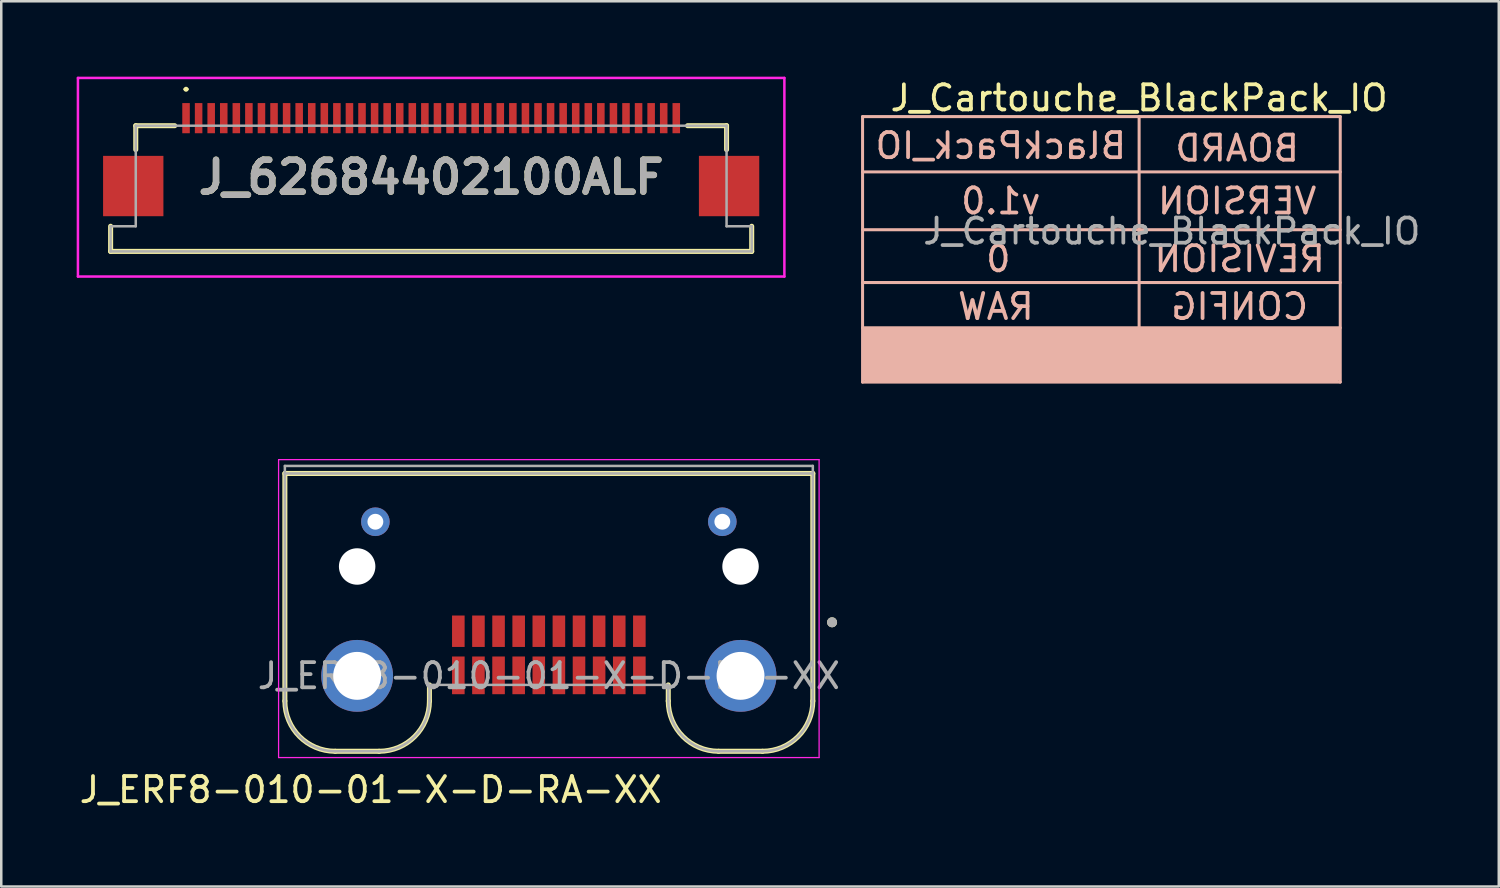
<source format=kicad_pcb>
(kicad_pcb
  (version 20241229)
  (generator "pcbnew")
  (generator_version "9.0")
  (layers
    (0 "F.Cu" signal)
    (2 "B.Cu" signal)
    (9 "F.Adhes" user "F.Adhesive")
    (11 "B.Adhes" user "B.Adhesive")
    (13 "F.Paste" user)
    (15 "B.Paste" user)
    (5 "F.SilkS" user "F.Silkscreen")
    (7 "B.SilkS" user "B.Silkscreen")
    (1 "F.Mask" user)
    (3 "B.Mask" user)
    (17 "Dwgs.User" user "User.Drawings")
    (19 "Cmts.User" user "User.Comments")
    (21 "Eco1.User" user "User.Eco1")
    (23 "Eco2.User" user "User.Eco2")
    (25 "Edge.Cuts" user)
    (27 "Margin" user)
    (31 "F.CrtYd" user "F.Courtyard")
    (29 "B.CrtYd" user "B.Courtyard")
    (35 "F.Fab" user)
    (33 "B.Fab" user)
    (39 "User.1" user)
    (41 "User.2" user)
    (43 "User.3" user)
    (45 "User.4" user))
  (footprint "J_62684402100ALF"
    (layer "F.Cu")
    (at 14.1 4.3)
    (property "Reference" "J_62684402100ALF" (at 0 -0.3 0) (layer "F.SilkS") (effects (font (size 1.27 1.27) (thickness 0.254))))
    (attr smd)
    (fp_line (start -12.75 1.65) (end -12.75 2.65) (stroke (width 0.2) (type solid)) (layer "F.SilkS"))
    (fp_line (start -12.75 2.65) (end 12.75 2.65) (stroke (width 0.2) (type solid)) (layer "F.SilkS"))
    (fp_line (start -11.75 -2.35) (end -11.75 -1.4) (stroke (width 0.2) (type solid)) (layer "F.SilkS"))
    (fp_line (start -10.2 -2.35) (end -11.75 -2.35) (stroke (width 0.2) (type solid)) (layer "F.SilkS"))
    (fp_line (start -9.8 -3.8) (end -9.8 -3.8) (stroke (width 0.1) (type solid)) (layer "F.SilkS"))
    (fp_line (start -9.7 -3.8) (end -9.7 -3.8) (stroke (width 0.1) (type solid)) (layer "F.SilkS"))
    (fp_line (start 10.2 -2.35) (end 11.75 -2.35) (stroke (width 0.2) (type solid)) (layer "F.SilkS"))
    (fp_line (start 11.75 -2.35) (end 11.75 -1.4) (stroke (width 0.2) (type solid)) (layer "F.SilkS"))
    (fp_line (start 12.75 2.65) (end 12.75 1.65) (stroke (width 0.2) (type solid)) (layer "F.SilkS"))
    (fp_arc (start -9.8 -3.8) (mid -9.75 -3.85) (end -9.7 -3.8) (stroke (width 0.1) (type solid)) (layer "F.SilkS"))
    (fp_arc (start -9.7 -3.8) (mid -9.75 -3.75) (end -9.8 -3.8) (stroke (width 0.1) (type solid)) (layer "F.SilkS"))
    (fp_line (start -14.05 -4.25) (end 14.05 -4.25) (stroke (width 0.1) (type solid)) (layer "F.CrtYd"))
    (fp_line (start -14.05 3.65) (end -14.05 -4.25) (stroke (width 0.1) (type solid)) (layer "F.CrtYd"))
    (fp_line (start 14.05 -4.25) (end 14.05 3.65) (stroke (width 0.1) (type solid)) (layer "F.CrtYd"))
    (fp_line (start 14.05 3.65) (end -14.05 3.65) (stroke (width 0.1) (type solid)) (layer "F.CrtYd"))
    (fp_line (start -12.75 1.65) (end -12.75 2.65) (stroke (width 0.1) (type solid)) (layer "F.Fab"))
    (fp_line (start -12.75 2.65) (end 12.75 2.65) (stroke (width 0.1) (type solid)) (layer "F.Fab"))
    (fp_line (start -11.75 -2.35) (end -11.75 1.65) (stroke (width 0.1) (type solid)) (layer "F.Fab"))
    (fp_line (start -11.75 1.65) (end -12.75 1.65) (stroke (width 0.1) (type solid)) (layer "F.Fab"))
    (fp_line (start -0.25 -2.35) (end -11.75 -2.35) (stroke (width 0.1) (type solid)) (layer "F.Fab"))
    (fp_line (start 11.75 -2.35) (end -0.25 -2.35) (stroke (width 0.1) (type solid)) (layer "F.Fab"))
    (fp_line (start 11.75 1.65) (end 11.75 -2.35) (stroke (width 0.1) (type solid)) (layer "F.Fab"))
    (fp_line (start 12.75 1.65) (end 11.75 1.65) (stroke (width 0.1) (type solid)) (layer "F.Fab"))
    (fp_line (start 12.75 2.65) (end 12.75 1.65) (stroke (width 0.1) (type solid)) (layer "F.Fab"))
    (fp_text user "${REFERENCE}" (at 0 -0.3 0) (layer "F.Fab") (effects (font (size 1.27 1.27) (thickness 0.254))))
    (pad "1" smd rect (at -9.75 -2.65) (size 0.3 1.2) (layers "F.Cu" "F.Mask" "F.Paste"))
    (pad "2" smd rect (at -9.25 -2.65) (size 0.3 1.2) (layers "F.Cu" "F.Mask" "F.Paste"))
    (pad "3" smd rect (at -8.75 -2.65) (size 0.3 1.2) (layers "F.Cu" "F.Mask" "F.Paste"))
    (pad "4" smd rect (at -8.25 -2.65) (size 0.3 1.2) (layers "F.Cu" "F.Mask" "F.Paste"))
    (pad "5" smd rect (at -7.75 -2.65) (size 0.3 1.2) (layers "F.Cu" "F.Mask" "F.Paste"))
    (pad "6" smd rect (at -7.25 -2.65) (size 0.3 1.2) (layers "F.Cu" "F.Mask" "F.Paste"))
    (pad "7" smd rect (at -6.75 -2.65) (size 0.3 1.2) (layers "F.Cu" "F.Mask" "F.Paste"))
    (pad "8" smd rect (at -6.25 -2.65) (size 0.3 1.2) (layers "F.Cu" "F.Mask" "F.Paste"))
    (pad "9" smd rect (at -5.75 -2.65) (size 0.3 1.2) (layers "F.Cu" "F.Mask" "F.Paste"))
    (pad "10" smd rect (at -5.25 -2.65) (size 0.3 1.2) (layers "F.Cu" "F.Mask" "F.Paste"))
    (pad "11" smd rect (at -4.75 -2.65) (size 0.3 1.2) (layers "F.Cu" "F.Mask" "F.Paste"))
    (pad "12" smd rect (at -4.25 -2.65) (size 0.3 1.2) (layers "F.Cu" "F.Mask" "F.Paste"))
    (pad "13" smd rect (at -3.75 -2.65) (size 0.3 1.2) (layers "F.Cu" "F.Mask" "F.Paste"))
    (pad "14" smd rect (at -3.25 -2.65) (size 0.3 1.2) (layers "F.Cu" "F.Mask" "F.Paste"))
    (pad "15" smd rect (at -2.75 -2.65) (size 0.3 1.2) (layers "F.Cu" "F.Mask" "F.Paste"))
    (pad "16" smd rect (at -2.25 -2.65) (size 0.3 1.2) (layers "F.Cu" "F.Mask" "F.Paste"))
    (pad "17" smd rect (at -1.75 -2.65) (size 0.3 1.2) (layers "F.Cu" "F.Mask" "F.Paste"))
    (pad "18" smd rect (at -1.25 -2.65) (size 0.3 1.2) (layers "F.Cu" "F.Mask" "F.Paste"))
    (pad "19" smd rect (at -0.75 -2.65) (size 0.3 1.2) (layers "F.Cu" "F.Mask" "F.Paste"))
    (pad "20" smd rect (at -0.25 -2.65) (size 0.3 1.2) (layers "F.Cu" "F.Mask" "F.Paste"))
    (pad "21" smd rect (at 0.25 -2.65) (size 0.3 1.2) (layers "F.Cu" "F.Mask" "F.Paste"))
    (pad "22" smd rect (at 0.75 -2.65) (size 0.3 1.2) (layers "F.Cu" "F.Mask" "F.Paste"))
    (pad "23" smd rect (at 1.25 -2.65) (size 0.3 1.2) (layers "F.Cu" "F.Mask" "F.Paste"))
    (pad "24" smd rect (at 1.75 -2.65) (size 0.3 1.2) (layers "F.Cu" "F.Mask" "F.Paste"))
    (pad "25" smd rect (at 2.25 -2.65) (size 0.3 1.2) (layers "F.Cu" "F.Mask" "F.Paste"))
    (pad "26" smd rect (at 2.75 -2.65) (size 0.3 1.2) (layers "F.Cu" "F.Mask" "F.Paste"))
    (pad "27" smd rect (at 3.25 -2.65) (size 0.3 1.2) (layers "F.Cu" "F.Mask" "F.Paste"))
    (pad "28" smd rect (at 3.75 -2.65) (size 0.3 1.2) (layers "F.Cu" "F.Mask" "F.Paste"))
    (pad "29" smd rect (at 4.25 -2.65) (size 0.3 1.2) (layers "F.Cu" "F.Mask" "F.Paste"))
    (pad "30" smd rect (at 4.75 -2.65) (size 0.3 1.2) (layers "F.Cu" "F.Mask" "F.Paste"))
    (pad "31" smd rect (at 5.25 -2.65) (size 0.3 1.2) (layers "F.Cu" "F.Mask" "F.Paste"))
    (pad "32" smd rect (at 5.75 -2.65) (size 0.3 1.2) (layers "F.Cu" "F.Mask" "F.Paste"))
    (pad "33" smd rect (at 6.25 -2.65) (size 0.3 1.2) (layers "F.Cu" "F.Mask" "F.Paste"))
    (pad "34" smd rect (at 6.75 -2.65) (size 0.3 1.2) (layers "F.Cu" "F.Mask" "F.Paste"))
    (pad "35" smd rect (at 7.25 -2.65) (size 0.3 1.2) (layers "F.Cu" "F.Mask" "F.Paste"))
    (pad "36" smd rect (at 7.75 -2.65) (size 0.3 1.2) (layers "F.Cu" "F.Mask" "F.Paste"))
    (pad "37" smd rect (at 8.25 -2.65) (size 0.3 1.2) (layers "F.Cu" "F.Mask" "F.Paste"))
    (pad "38" smd rect (at 8.75 -2.65) (size 0.3 1.2) (layers "F.Cu" "F.Mask" "F.Paste"))
    (pad "39" smd rect (at 9.25 -2.65) (size 0.3 1.2) (layers "F.Cu" "F.Mask" "F.Paste"))
    (pad "40" smd rect (at 9.75 -2.65) (size 0.3 1.2) (layers "F.Cu" "F.Mask" "F.Paste"))
    (pad "MH1" smd rect (at -11.85 0.05) (size 2.4 2.4) (layers "F.Cu" "F.Mask" "F.Paste"))
    (pad "MH2" smd rect (at 11.85 0.05) (size 2.4 2.4) (layers "F.Cu" "F.Mask" "F.Paste")))
  (footprint "J_Cartouche_BlackPack_IO"
    (layer "F.Cu")
    (at 42.26 6.048)
    (property "Reference" "J_Cartouche_BlackPack_IO" (at 0 -5.2 0) (unlocked yes) (layer "F.SilkS") (effects (font (size 1 1) (thickness 0.15))))
    (attr smd)
    (fp_line (start -11 -4.46) (end 8 -4.46) (stroke (width 0.12) (type solid)) (layer "B.SilkS"))
    (fp_line (start -11 -2.26) (end 8 -2.26) (stroke (width 0.12) (type solid)) (layer "B.SilkS"))
    (fp_line (start -11 0.04) (end 8 0.04) (stroke (width 0.12) (type solid)) (layer "B.SilkS"))
    (fp_line (start -11 2.14) (end 8 2.14) (stroke (width 0.12) (type solid)) (layer "B.SilkS"))
    (fp_line (start -11 3.94) (end 8 3.94) (stroke (width 0.12) (type solid)) (layer "B.SilkS"))
    (fp_line (start -11 6.1) (end -11 -4.46) (stroke (width 0.12) (type solid)) (layer "B.SilkS"))
    (fp_line (start -11 6.1) (end 8 6.1) (stroke (width 0.12) (type solid)) (layer "B.SilkS"))
    (fp_line (start 0 6.04) (end 0 -4.46) (stroke (width 0.12) (type solid)) (layer "B.SilkS"))
    (fp_line (start 8 6.1) (end 8 -4.46) (stroke (width 0.12) (type solid)) (layer "B.SilkS"))
    (fp_rect (start -10.9 4) (end 7.9 6) (stroke (width 0.12) (type solid)) (fill yes) (layer "B.SilkS"))
    (fp_text user "v1.0" (at -5.5 -1.1 180) (layer "B.SilkS") (effects (font (size 1 1) (thickness 0.15)) (justify mirror)))
    (fp_text user "REVISION" (at 4 1.2 180) (layer "B.SilkS") (effects (font (size 1 1) (thickness 0.15)) (justify mirror)))
    (fp_text user "RAW" (at -5.7 3.1 180) (layer "B.SilkS") (effects (font (size 1 1) (thickness 0.15)) (justify mirror)))
    (fp_text user "VERSION" (at 3.9 -1.1 180) (layer "B.SilkS") (effects (font (size 1 1) (thickness 0.15)) (justify mirror)))
    (fp_text user "BOARD" (at 3.9 -3.2 180) (layer "B.SilkS") (effects (font (size 1 1) (thickness 0.15)) (justify mirror)))
    (fp_text user "0" (at -5.6 1.2 180) (layer "B.SilkS") (effects (font (size 1 1) (thickness 0.15)) (justify mirror)))
    (fp_text user "CONFIG" (at 4 3.1 180) (layer "B.SilkS") (effects (font (size 1 1) (thickness 0.15)) (justify mirror)))
    (fp_text user "BlackPack_IO" (at -5.5 -3.3 180) (layer "B.SilkS") (effects (font (size 1 1) (thickness 0.15)) (justify mirror)))
    (fp_text user "${REFERENCE}" (at 1.3 0.1 0) (unlocked yes) (layer "F.Fab") (effects (font (size 1 1) (thickness 0.15)))))
  (footprint "J_ERF8-010-01-X-D-RA-XX"
    (layer "F.Cu")
    (at 18.781 23.833)
    (property "Reference" "J_ERF8-010-01-X-D-RA-XX" (at -7.085 4.53 0) (layer "F.SilkS") (effects (font (size 1 1) (thickness 0.15))))
    (attr through_hole)
    (fp_line (start -10.5 -8.05) (end 10.5 -8.05) (stroke (width 0.2) (type solid)) (layer "F.SilkS"))
    (fp_line (start -10.5 1) (end -10.5 -8.05) (stroke (width 0.2) (type solid)) (layer "F.SilkS"))
    (fp_line (start -6.75 3) (end -8.5 3) (stroke (width 0.2) (type solid)) (layer "F.SilkS"))
    (fp_line (start -4.75 0.36) (end -4.75 1) (stroke (width 0.2) (type solid)) (layer "F.SilkS"))
    (fp_line (start 4.75 1) (end 4.75 0.36) (stroke (width 0.2) (type solid)) (layer "F.SilkS"))
    (fp_line (start 8.5 3) (end 6.75 3) (stroke (width 0.2) (type solid)) (layer "F.SilkS"))
    (fp_line (start 10.5 -8.05) (end 10.5 1) (stroke (width 0.2) (type solid)) (layer "F.SilkS"))
    (fp_arc (start -8.5 3) (mid -9.914214 2.414214) (end -10.5 1) (stroke (width 0.2) (type solid)) (layer "F.SilkS"))
    (fp_arc (start -4.75 1) (mid -5.335786 2.414214) (end -6.75 3) (stroke (width 0.2) (type solid)) (layer "F.SilkS"))
    (fp_arc (start 6.75 3) (mid 5.335786 2.414214) (end 4.75 1) (stroke (width 0.2) (type solid)) (layer "F.SilkS"))
    (fp_arc (start 10.5 1) (mid 9.914214 2.414214) (end 8.5 3) (stroke (width 0.2) (type solid)) (layer "F.SilkS"))
    (fp_circle (center 11.265 -2.13) (end 11.365 -2.13) (stroke (width 0.2) (type solid)) (fill no) (layer "F.SilkS"))
    (fp_circle (center -7.625 0) (end -7.022 0) (stroke (width 1.205) (type solid)) (fill no) (layer "F.Paste"))
    (fp_circle (center -6.9 -6.13) (end -6.55 -6.13) (stroke (width 0.7) (type solid)) (fill no) (layer "F.Paste"))
    (fp_circle (center 6.9 -6.13) (end 7.25 -6.13) (stroke (width 0.7) (type solid)) (fill no) (layer "F.Paste"))
    (fp_circle (center 7.625 0) (end 8.227 0) (stroke (width 1.205) (type solid)) (fill no) (layer "F.Paste"))
    (fp_line (start -10.75 -8.6) (end 10.75 -8.6) (stroke (width 0.05) (type solid)) (layer "F.CrtYd"))
    (fp_line (start -10.75 3.25) (end -10.75 -8.6) (stroke (width 0.05) (type solid)) (layer "F.CrtYd"))
    (fp_line (start 10.75 -8.6) (end 10.75 3.25) (stroke (width 0.05) (type solid)) (layer "F.CrtYd"))
    (fp_line (start 10.75 3.25) (end -10.75 3.25) (stroke (width 0.05) (type solid)) (layer "F.CrtYd"))
    (fp_line (start -10.5 -8.35) (end 10.5 -8.35) (stroke (width 0.1) (type solid)) (layer "F.Fab"))
    (fp_line (start -10.5 -8.05) (end -10.5 -8.35) (stroke (width 0.1) (type solid)) (layer "F.Fab"))
    (fp_line (start -10.5 -8.05) (end 10.5 -8.05) (stroke (width 0.1) (type solid)) (layer "F.Fab"))
    (fp_line (start -10.5 1) (end -10.5 -8.05) (stroke (width 0.1) (type solid)) (layer "F.Fab"))
    (fp_line (start -6.75 3) (end -8.5 3) (stroke (width 0.1) (type solid)) (layer "F.Fab"))
    (fp_line (start -4.75 0.36) (end -4.75 1) (stroke (width 0.1) (type solid)) (layer "F.Fab"))
    (fp_line (start 4.75 0.36) (end -4.75 0.36) (stroke (width 0.1) (type solid)) (layer "F.Fab"))
    (fp_line (start 4.75 1) (end 4.75 0.36) (stroke (width 0.1) (type solid)) (layer "F.Fab"))
    (fp_line (start 8.5 3) (end 6.75 3) (stroke (width 0.1) (type solid)) (layer "F.Fab"))
    (fp_line (start 10.5 -8.35) (end 10.5 -8.05) (stroke (width 0.1) (type solid)) (layer "F.Fab"))
    (fp_line (start 10.5 -8.05) (end 10.5 1) (stroke (width 0.1) (type solid)) (layer "F.Fab"))
    (fp_arc (start -8.5 3) (mid -9.914214 2.414214) (end -10.5 1) (stroke (width 0.1) (type solid)) (layer "F.Fab"))
    (fp_arc (start -4.75 1) (mid -5.335786 2.414214) (end -6.75 3) (stroke (width 0.1) (type solid)) (layer "F.Fab"))
    (fp_arc (start 6.75 3) (mid 5.335786 2.414214) (end 4.75 1) (stroke (width 0.1) (type solid)) (layer "F.Fab"))
    (fp_arc (start 10.5 1) (mid 9.914214 2.414214) (end 8.5 3) (stroke (width 0.1) (type solid)) (layer "F.Fab"))
    (fp_circle (center 11.265 -2.13) (end 11.365 -2.13) (stroke (width 0.2) (type solid)) (fill no) (layer "F.Fab"))
    (fp_text user "${REFERENCE}" (at 0 0 0) (layer "F.Fab") (effects (font (size 1 1) (thickness 0.15))))
    (pad "" np_thru_hole circle (at -7.625 -4.35) (size 1.45 1.45) (drill 1.45) (layers "*.Cu" "*.Mask"))
    (pad "" np_thru_hole circle (at 7.625 -4.35) (size 1.45 1.45) (drill 1.45) (layers "*.Cu" "*.Mask"))
    (pad "01" smd rect (at 3.6 -1.775) (size 0.5 1.25) (layers "F.Cu" "F.Mask" "F.Paste"))
    (pad "02" smd rect (at 3.6 -0.02) (size 0.5 1.5) (layers "F.Cu" "F.Mask" "F.Paste"))
    (pad "03" smd rect (at 2.8 -1.775) (size 0.5 1.25) (layers "F.Cu" "F.Mask" "F.Paste"))
    (pad "04" smd rect (at 2.8 -0.02) (size 0.5 1.5) (layers "F.Cu" "F.Mask" "F.Paste"))
    (pad "05" smd rect (at 2 -1.775) (size 0.5 1.25) (layers "F.Cu" "F.Mask" "F.Paste"))
    (pad "06" smd rect (at 2 -0.02) (size 0.5 1.5) (layers "F.Cu" "F.Mask" "F.Paste"))
    (pad "07" smd rect (at 1.2 -1.775) (size 0.5 1.25) (layers "F.Cu" "F.Mask" "F.Paste"))
    (pad "08" smd rect (at 1.2 -0.02) (size 0.5 1.5) (layers "F.Cu" "F.Mask" "F.Paste"))
    (pad "09" smd rect (at 0.4 -1.775) (size 0.5 1.25) (layers "F.Cu" "F.Mask" "F.Paste"))
    (pad "10" smd rect (at 0.4 -0.02) (size 0.5 1.5) (layers "F.Cu" "F.Mask" "F.Paste"))
    (pad "11" smd rect (at -0.4 -1.775) (size 0.5 1.25) (layers "F.Cu" "F.Mask" "F.Paste"))
    (pad "12" smd rect (at -0.4 -0.02) (size 0.5 1.5) (layers "F.Cu" "F.Mask" "F.Paste"))
    (pad "13" smd rect (at -1.2 -1.775) (size 0.5 1.25) (layers "F.Cu" "F.Mask" "F.Paste"))
    (pad "14" smd rect (at -1.2 -0.02) (size 0.5 1.5) (layers "F.Cu" "F.Mask" "F.Paste"))
    (pad "15" smd rect (at -2 -1.775) (size 0.5 1.25) (layers "F.Cu" "F.Mask" "F.Paste"))
    (pad "16" smd rect (at -2 -0.02) (size 0.5 1.5) (layers "F.Cu" "F.Mask" "F.Paste"))
    (pad "17" smd rect (at -2.8 -1.775) (size 0.5 1.25) (layers "F.Cu" "F.Mask" "F.Paste"))
    (pad "18" smd rect (at -2.8 -0.02) (size 0.5 1.5) (layers "F.Cu" "F.Mask" "F.Paste"))
    (pad "19" smd rect (at -3.6 -1.775) (size 0.5 1.25) (layers "F.Cu" "F.Mask" "F.Paste"))
    (pad "20" smd rect (at -3.6 -0.02) (size 0.5 1.5) (layers "F.Cu" "F.Mask" "F.Paste"))
    (pad "S1" thru_hole circle (at -7.625 0) (size 2.857 2.857) (drill 1.905) (layers "*.Cu" "*.Mask"))
    (pad "S2" thru_hole circle (at 7.625 0) (size 2.857 2.857) (drill 1.905) (layers "*.Cu" "*.Mask"))
    (pad "S3" thru_hole circle (at 6.9 -6.13) (size 1.138 1.138) (drill 0.63) (layers "*.Cu" "*.Mask"))
    (pad "S4" thru_hole circle (at -6.9 -6.13) (size 1.138 1.138) (drill 0.63) (layers "*.Cu" "*.Mask")))
  (gr_rect
    (start -3 -3)
    (end 56.566 32.212)
    (stroke (width 0.1) (type default))
    (fill no)
    (layer "Edge.Cuts")))
</source>
